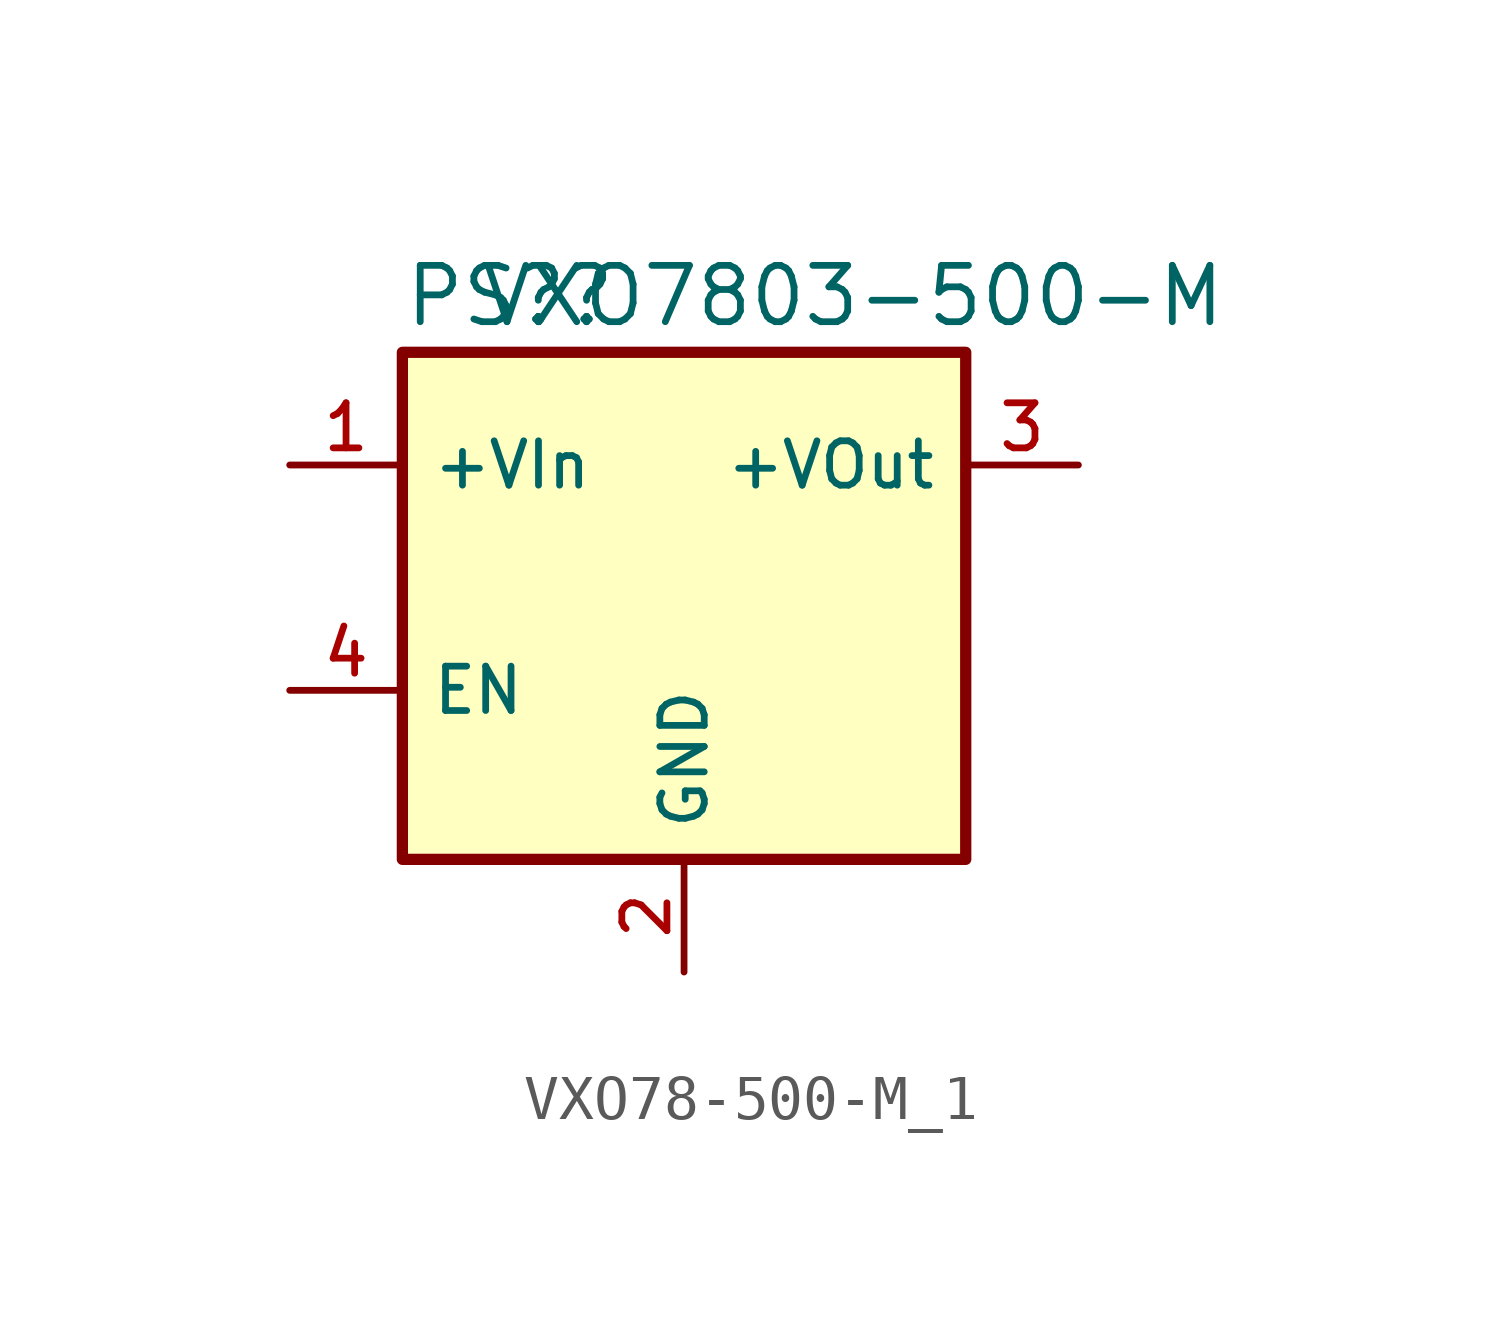
<source format=kicad_sym>
(kicad_symbol_lib
  (version 20231120)
  (generator "kicad_symbol_editor")
  (generator_version "8.0")
  (symbol "VXO78-500-M_1"
    (pin_names
      (offset 0.635))
    (property "Reference" "PS?"
      (at 0 1.27 0)
      (do_not_autoplace)
      (effects (font (size 1.27 1.27)) (justify left)))
    (property "Value" "VXO7803-500-M"
      (at 10.16 1.27 0)
      (do_not_autoplace)
      (effects (font (size 1.27 1.27))))
    (symbol "VXO78-500-M_1_0_0"
      (rectangle (start 0 0) (end 12.7 -11.43) (stroke (width 0.254) (type default)) (fill (type background)))
      (pin power_in line (at 6.35 -13.97 90) (length 2.54) (name "GND" (effects (font (size 1 1)))) (number "2" (effects (font (size 1.016 1.016))))))
    (symbol "VXO78-500-M_1_1_0"
      (pin input line (at -2.54 -2.54 0) (length 2.54) (name "+VIn" (effects (font (size 1 1)))) (number "1" (effects (font (size 1.016 1.016)))))
      (pin output line (at 15.24 -2.54 180) (length 2.54) (name "+VOut" (effects (font (size 1 1)))) (number "3" (effects (font (size 1.016 1.016)))))
      (pin input line (at -2.54 -7.62 0) (length 2.54) (name "EN" (effects (font (size 1 1)))) (number "4" (effects (font (size 1.016 1.016))))))))
</source>
